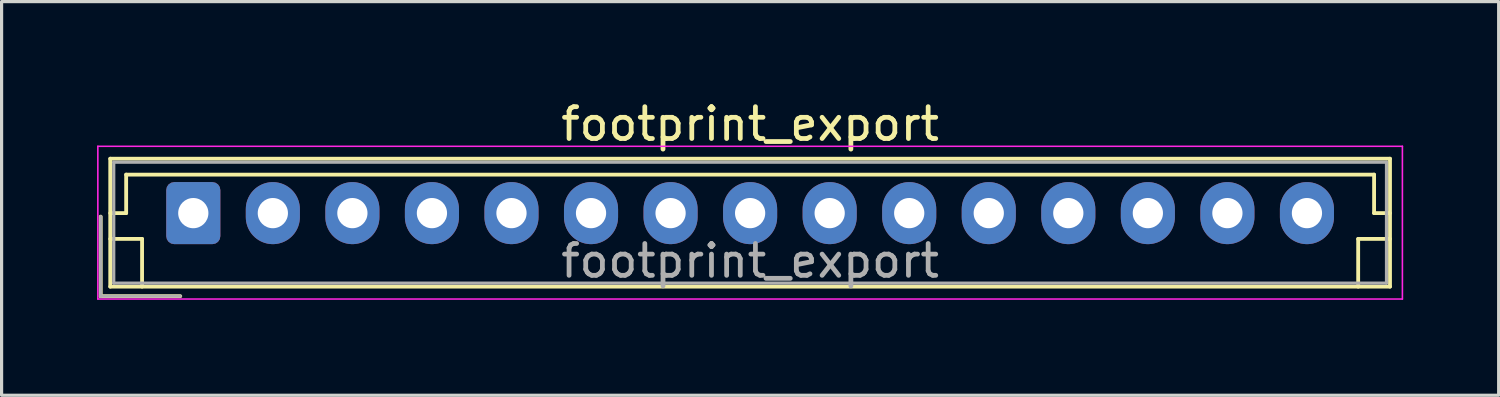
<source format=kicad_pcb>
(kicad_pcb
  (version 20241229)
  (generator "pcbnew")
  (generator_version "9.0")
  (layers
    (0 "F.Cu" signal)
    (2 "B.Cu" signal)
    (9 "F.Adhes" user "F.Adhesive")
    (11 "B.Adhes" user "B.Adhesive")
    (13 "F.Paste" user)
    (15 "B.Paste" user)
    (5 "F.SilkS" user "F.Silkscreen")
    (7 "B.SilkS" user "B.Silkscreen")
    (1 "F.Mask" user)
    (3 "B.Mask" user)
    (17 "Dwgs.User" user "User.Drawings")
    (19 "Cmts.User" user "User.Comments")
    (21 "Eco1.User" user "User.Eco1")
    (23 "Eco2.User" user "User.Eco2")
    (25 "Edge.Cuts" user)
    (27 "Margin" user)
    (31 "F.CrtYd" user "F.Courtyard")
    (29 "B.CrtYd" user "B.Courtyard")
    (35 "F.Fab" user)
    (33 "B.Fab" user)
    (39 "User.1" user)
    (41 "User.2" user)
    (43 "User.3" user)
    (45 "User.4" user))
  (footprint "footprint_export"
    (layer "F.Cu")
    (at 3.025 3.648)
    (property "Reference" "footprint_export" (at 17.5 -2.8 0) (layer "F.SilkS") (effects (font (size 1 1) (thickness 0.15))))
    (attr through_hole)
    (fp_line (start -2.91 0.11) (end -2.91 2.61) (stroke (width 0.12) (type solid)) (layer "F.SilkS"))
    (fp_line (start -2.91 2.61) (end -0.41 2.61) (stroke (width 0.12) (type solid)) (layer "F.SilkS"))
    (fp_line (start -2.61 -1.71) (end -2.61 2.31) (stroke (width 0.12) (type solid)) (layer "F.SilkS"))
    (fp_line (start -2.61 0) (end -2.11 0) (stroke (width 0.12) (type solid)) (layer "F.SilkS"))
    (fp_line (start -2.61 0.81) (end -1.61 0.81) (stroke (width 0.12) (type solid)) (layer "F.SilkS"))
    (fp_line (start -2.61 2.31) (end 37.61 2.31) (stroke (width 0.12) (type solid)) (layer "F.SilkS"))
    (fp_line (start -2.11 -1.21) (end 37.11 -1.21) (stroke (width 0.12) (type solid)) (layer "F.SilkS"))
    (fp_line (start -2.11 0) (end -2.11 -1.21) (stroke (width 0.12) (type solid)) (layer "F.SilkS"))
    (fp_line (start -1.61 0.81) (end -1.61 2.31) (stroke (width 0.12) (type solid)) (layer "F.SilkS"))
    (fp_line (start 36.61 0.81) (end 36.61 2.31) (stroke (width 0.12) (type solid)) (layer "F.SilkS"))
    (fp_line (start 37.11 -1.21) (end 37.11 0) (stroke (width 0.12) (type solid)) (layer "F.SilkS"))
    (fp_line (start 37.11 0) (end 37.61 0) (stroke (width 0.12) (type solid)) (layer "F.SilkS"))
    (fp_line (start 37.61 -1.71) (end -2.61 -1.71) (stroke (width 0.12) (type solid)) (layer "F.SilkS"))
    (fp_line (start 37.61 0.81) (end 36.61 0.81) (stroke (width 0.12) (type solid)) (layer "F.SilkS"))
    (fp_line (start 37.61 2.31) (end 37.61 -1.71) (stroke (width 0.12) (type solid)) (layer "F.SilkS"))
    (fp_line (start -3 -2.1) (end -3 2.7) (stroke (width 0.05) (type solid)) (layer "F.CrtYd"))
    (fp_line (start -3 2.7) (end 38 2.7) (stroke (width 0.05) (type solid)) (layer "F.CrtYd"))
    (fp_line (start 38 -2.1) (end -3 -2.1) (stroke (width 0.05) (type solid)) (layer "F.CrtYd"))
    (fp_line (start 38 2.7) (end 38 -2.1) (stroke (width 0.05) (type solid)) (layer "F.CrtYd"))
    (fp_line (start -2.91 0.11) (end -2.91 2.61) (stroke (width 0.1) (type solid)) (layer "F.Fab"))
    (fp_line (start -2.91 2.61) (end -0.41 2.61) (stroke (width 0.1) (type solid)) (layer "F.Fab"))
    (fp_line (start -2.5 -1.6) (end -2.5 2.2) (stroke (width 0.1) (type solid)) (layer "F.Fab"))
    (fp_line (start -2.5 2.2) (end 37.5 2.2) (stroke (width 0.1) (type solid)) (layer "F.Fab"))
    (fp_line (start 37.5 -1.6) (end -2.5 -1.6) (stroke (width 0.1) (type solid)) (layer "F.Fab"))
    (fp_line (start 37.5 2.2) (end 37.5 -1.6) (stroke (width 0.1) (type solid)) (layer "F.Fab"))
    (fp_text user "${REFERENCE}" (at 17.5 1.5 0) (layer "F.Fab") (effects (font (size 1 1) (thickness 0.15))))
    (pad "1" thru_hole roundrect (at 0 0) (size 1.7 1.95) (drill 0.95) (layers "*.Cu" "*.Mask") (roundrect_rratio 0.147))
    (pad "2" thru_hole oval (at 2.5 0) (size 1.7 1.95) (drill 0.95) (layers "*.Cu" "*.Mask"))
    (pad "3" thru_hole oval (at 5 0) (size 1.7 1.95) (drill 0.95) (layers "*.Cu" "*.Mask"))
    (pad "4" thru_hole oval (at 7.5 0) (size 1.7 1.95) (drill 0.95) (layers "*.Cu" "*.Mask"))
    (pad "5" thru_hole oval (at 10 0) (size 1.7 1.95) (drill 0.95) (layers "*.Cu" "*.Mask"))
    (pad "6" thru_hole oval (at 12.5 0) (size 1.7 1.95) (drill 0.95) (layers "*.Cu" "*.Mask"))
    (pad "7" thru_hole oval (at 15 0) (size 1.7 1.95) (drill 0.95) (layers "*.Cu" "*.Mask"))
    (pad "8" thru_hole oval (at 17.5 0) (size 1.7 1.95) (drill 0.95) (layers "*.Cu" "*.Mask"))
    (pad "9" thru_hole oval (at 20 0) (size 1.7 1.95) (drill 0.95) (layers "*.Cu" "*.Mask"))
    (pad "10" thru_hole oval (at 22.5 0) (size 1.7 1.95) (drill 0.95) (layers "*.Cu" "*.Mask"))
    (pad "11" thru_hole oval (at 25 0) (size 1.7 1.95) (drill 0.95) (layers "*.Cu" "*.Mask"))
    (pad "12" thru_hole oval (at 27.5 0) (size 1.7 1.95) (drill 0.95) (layers "*.Cu" "*.Mask"))
    (pad "13" thru_hole oval (at 30 0) (size 1.7 1.95) (drill 0.95) (layers "*.Cu" "*.Mask"))
    (pad "14" thru_hole oval (at 32.5 0) (size 1.7 1.95) (drill 0.95) (layers "*.Cu" "*.Mask"))
    (pad "15" thru_hole oval (at 35 0) (size 1.7 1.95) (drill 0.95) (layers "*.Cu" "*.Mask")))
  (gr_rect
    (start -3 -3)
    (end 44.05 9.373)
    (stroke (width 0.1) (type default))
    (fill no)
    (layer "Edge.Cuts")))
</source>
